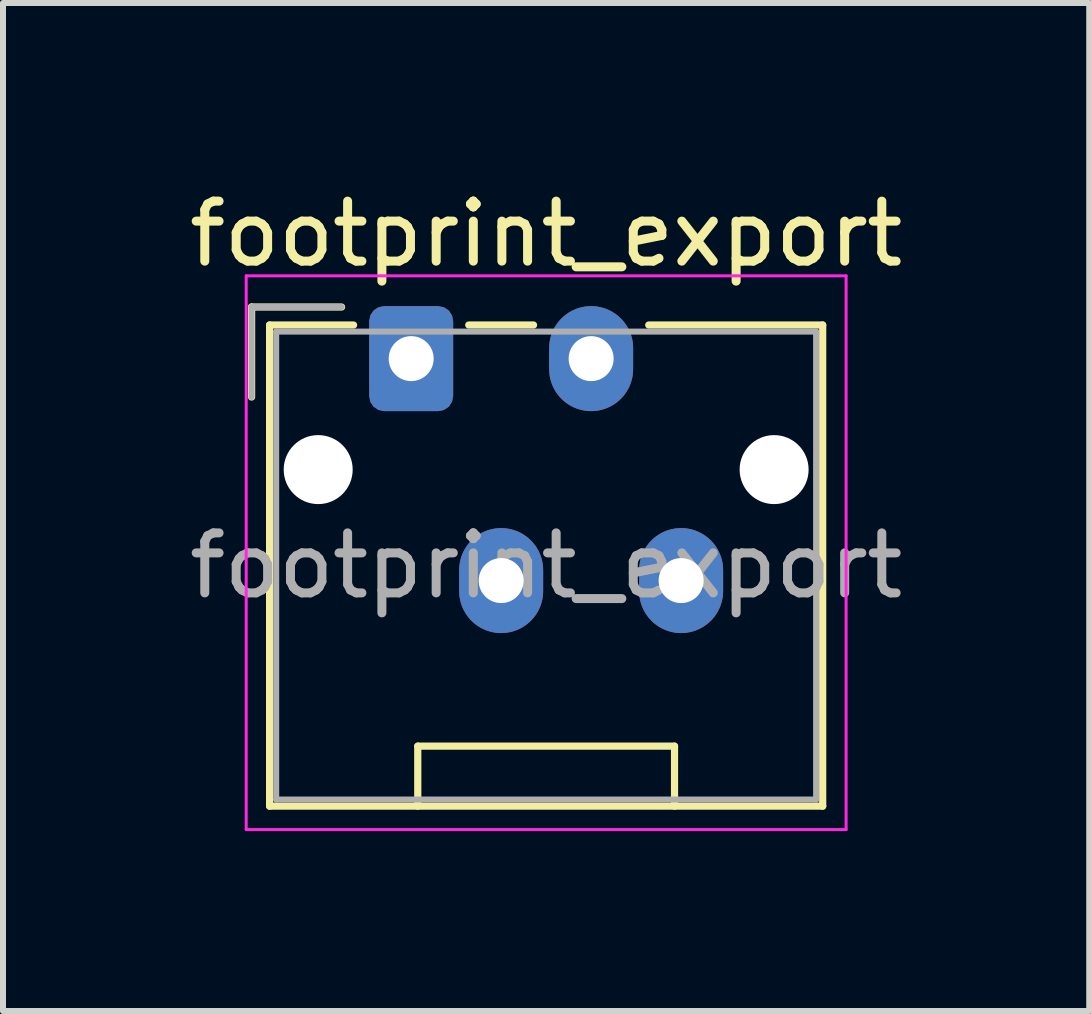
<source format=kicad_pcb>
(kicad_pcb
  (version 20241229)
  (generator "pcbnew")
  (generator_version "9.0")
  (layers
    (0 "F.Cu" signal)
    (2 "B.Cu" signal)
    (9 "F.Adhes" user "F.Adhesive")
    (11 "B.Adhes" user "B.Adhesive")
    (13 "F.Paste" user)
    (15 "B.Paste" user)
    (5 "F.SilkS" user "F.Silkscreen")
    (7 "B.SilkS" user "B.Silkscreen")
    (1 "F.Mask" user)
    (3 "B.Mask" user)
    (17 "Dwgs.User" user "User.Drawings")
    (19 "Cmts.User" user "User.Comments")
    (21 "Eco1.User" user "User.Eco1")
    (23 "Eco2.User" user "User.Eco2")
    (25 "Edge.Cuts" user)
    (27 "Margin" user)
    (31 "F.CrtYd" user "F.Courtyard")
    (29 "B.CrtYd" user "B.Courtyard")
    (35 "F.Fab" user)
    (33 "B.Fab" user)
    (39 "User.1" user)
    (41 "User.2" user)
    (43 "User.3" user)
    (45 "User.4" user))
  (footprint "footprint_export"
    (layer "F.Cu")
    (at 3.804 2.928)
    (property "Reference" "footprint_export" (at 2.25 -2.08 0) (layer "F.SilkS") (effects (font (size 1 1) (thickness 0.15))))
    (attr through_hole)
    (fp_line (start -2.66 -0.86) (end -1.16 -0.86) (stroke (width 0.12) (type solid)) (layer "F.SilkS"))
    (fp_line (start -2.66 0.64) (end -2.66 -0.86) (stroke (width 0.12) (type solid)) (layer "F.SilkS"))
    (fp_line (start -2.36 -0.56) (end -2.36 7.46) (stroke (width 0.12) (type solid)) (layer "F.SilkS"))
    (fp_line (start -2.36 7.46) (end 6.86 7.46) (stroke (width 0.12) (type solid)) (layer "F.SilkS"))
    (fp_line (start -0.96 -0.56) (end -2.36 -0.56) (stroke (width 0.12) (type solid)) (layer "F.SilkS"))
    (fp_line (start 0.11 6.46) (end 4.39 6.46) (stroke (width 0.12) (type solid)) (layer "F.SilkS"))
    (fp_line (start 0.11 7.46) (end 0.11 6.46) (stroke (width 0.12) (type solid)) (layer "F.SilkS"))
    (fp_line (start 0.96 -0.56) (end 2.04 -0.56) (stroke (width 0.12) (type solid)) (layer "F.SilkS"))
    (fp_line (start 4.39 6.46) (end 4.39 7.46) (stroke (width 0.12) (type solid)) (layer "F.SilkS"))
    (fp_line (start 6.86 -0.56) (end 3.96 -0.56) (stroke (width 0.12) (type solid)) (layer "F.SilkS"))
    (fp_line (start 6.86 7.46) (end 6.86 -0.56) (stroke (width 0.12) (type solid)) (layer "F.SilkS"))
    (fp_line (start -2.75 -1.38) (end -2.75 7.85) (stroke (width 0.05) (type solid)) (layer "F.CrtYd"))
    (fp_line (start -2.75 7.85) (end 7.25 7.85) (stroke (width 0.05) (type solid)) (layer "F.CrtYd"))
    (fp_line (start 7.25 -1.38) (end -2.75 -1.38) (stroke (width 0.05) (type solid)) (layer "F.CrtYd"))
    (fp_line (start 7.25 7.85) (end 7.25 -1.38) (stroke (width 0.05) (type solid)) (layer "F.CrtYd"))
    (fp_line (start -2.66 -0.86) (end -1.16 -0.86) (stroke (width 0.1) (type solid)) (layer "F.Fab"))
    (fp_line (start -2.66 0.64) (end -2.66 -0.86) (stroke (width 0.1) (type solid)) (layer "F.Fab"))
    (fp_line (start -2.25 -0.45) (end -2.25 7.35) (stroke (width 0.1) (type solid)) (layer "F.Fab"))
    (fp_line (start -2.25 7.35) (end 6.75 7.35) (stroke (width 0.1) (type solid)) (layer "F.Fab"))
    (fp_line (start 6.75 -0.45) (end -2.25 -0.45) (stroke (width 0.1) (type solid)) (layer "F.Fab"))
    (fp_line (start 6.75 7.35) (end 6.75 -0.45) (stroke (width 0.1) (type solid)) (layer "F.Fab"))
    (fp_text user "${REFERENCE}" (at 2.25 3.45 0) (layer "F.Fab") (effects (font (size 1 1) (thickness 0.15))))
    (pad "" np_thru_hole circle (at -1.55 1.85) (size 1.15 1.15) (drill 1.15) (layers "*.Cu" "*.Mask"))
    (pad "" np_thru_hole circle (at 6.05 1.85) (size 1.15 1.15) (drill 1.15) (layers "*.Cu" "*.Mask"))
    (pad "1" thru_hole roundrect (at 0 0) (size 1.4 1.75) (drill 0.75) (layers "*.Cu" "*.Mask") (roundrect_rratio 0.179))
    (pad "2" thru_hole oval (at 1.5 3.7) (size 1.4 1.75) (drill 0.75) (layers "*.Cu" "*.Mask"))
    (pad "3" thru_hole oval (at 3 0) (size 1.4 1.75) (drill 0.75) (layers "*.Cu" "*.Mask"))
    (pad "4" thru_hole oval (at 4.5 3.7) (size 1.4 1.75) (drill 0.75) (layers "*.Cu" "*.Mask")))
  (gr_rect
    (start -3 -3)
    (end 15.107 13.803)
    (stroke (width 0.1) (type default))
    (fill no)
    (layer "Edge.Cuts")))
</source>
